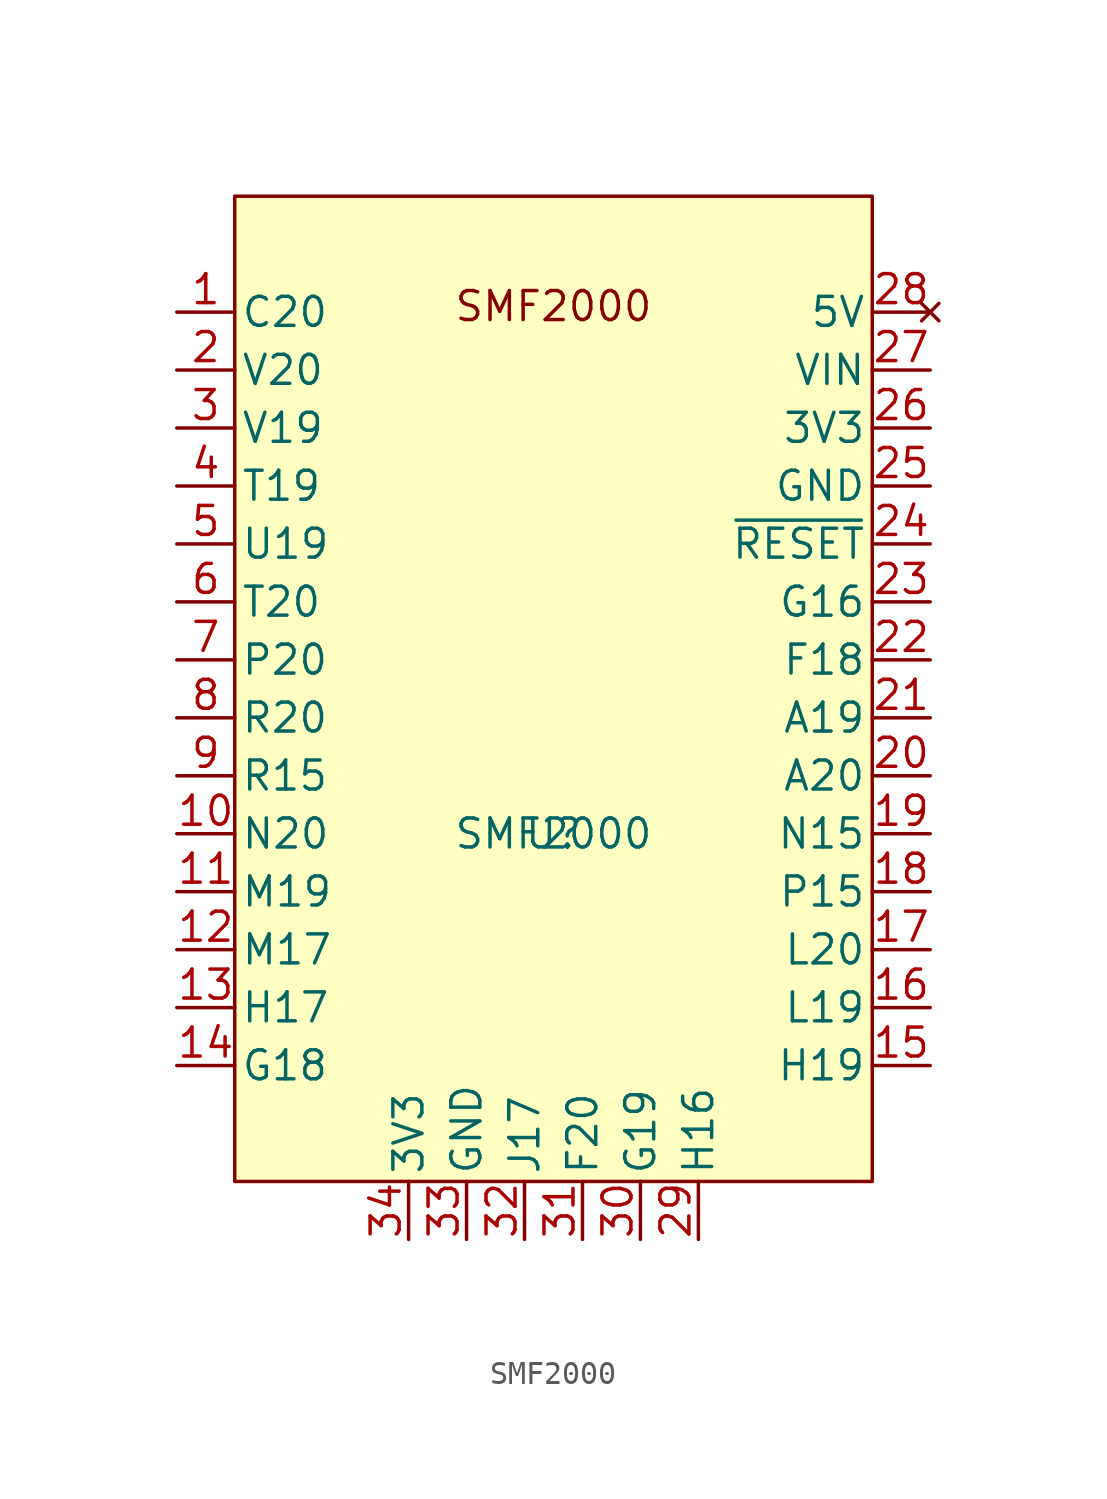
<source format=kicad_sym>
(kicad_symbol_lib
  (version 20231120)
  (generator "kicad_symbol_editor")
  (generator_version "8.0")
  (symbol "SMF2000"
    (pin_names
      (offset 0.254))
    (property "Reference" "U"
      (at 0 0 0)
      (effects (font (size 1.27 1.27))))
    (property "Value" "SMF2000"
      (at 0 0 0)
      (effects (font (size 1.27 1.27))))
    (symbol "SMF2000_1_1"
      (rectangle (start -13.97 27.94) (end 13.97 -15.24) (stroke (width 0) (type default)) (fill (type background)))
      (text "SMF2000" (at 0 23.114 0) (effects (font (size 1.27 1.27))))
      (pin bidirectional line (at -16.51 22.86 0) (length 2.54) (name "C20" (effects (font (size 1.27 1.27)))) (number "1" (effects (font (size 1.27 1.27)))))
      (pin bidirectional line (at -16.51 0 0) (length 2.54) (name "N20" (effects (font (size 1.27 1.27)))) (number "10" (effects (font (size 1.27 1.27)))))
      (pin bidirectional line (at -16.51 -2.54 0) (length 2.54) (name "M19" (effects (font (size 1.27 1.27)))) (number "11" (effects (font (size 1.27 1.27)))))
      (pin bidirectional line (at -16.51 -5.08 0) (length 2.54) (name "M17" (effects (font (size 1.27 1.27)))) (number "12" (effects (font (size 1.27 1.27)))))
      (pin bidirectional line (at -16.51 -7.62 0) (length 2.54) (name "H17" (effects (font (size 1.27 1.27)))) (number "13" (effects (font (size 1.27 1.27)))))
      (pin bidirectional line (at -16.51 -10.16 0) (length 2.54) (name "G18" (effects (font (size 1.27 1.27)))) (number "14" (effects (font (size 1.27 1.27)))))
      (pin bidirectional line (at 16.51 -10.16 180) (length 2.54) (name "H19" (effects (font (size 1.27 1.27)))) (number "15" (effects (font (size 1.27 1.27)))))
      (pin bidirectional line (at 16.51 -7.62 180) (length 2.54) (name "L19" (effects (font (size 1.27 1.27)))) (number "16" (effects (font (size 1.27 1.27)))))
      (pin bidirectional line (at 16.51 -5.08 180) (length 2.54) (name "L20" (effects (font (size 1.27 1.27)))) (number "17" (effects (font (size 1.27 1.27)))))
      (pin bidirectional line (at 16.51 -2.54 180) (length 2.54) (name "P15" (effects (font (size 1.27 1.27)))) (number "18" (effects (font (size 1.27 1.27)))))
      (pin bidirectional line (at 16.51 0 180) (length 2.54) (name "N15" (effects (font (size 1.27 1.27)))) (number "19" (effects (font (size 1.27 1.27)))))
      (pin bidirectional line (at -16.51 20.32 0) (length 2.54) (name "V20" (effects (font (size 1.27 1.27)))) (number "2" (effects (font (size 1.27 1.27)))))
      (pin bidirectional line (at 16.51 2.54 180) (length 2.54) (name "A20" (effects (font (size 1.27 1.27)))) (number "20" (effects (font (size 1.27 1.27)))))
      (pin bidirectional line (at 16.51 5.08 180) (length 2.54) (name "A19" (effects (font (size 1.27 1.27)))) (number "21" (effects (font (size 1.27 1.27)))))
      (pin bidirectional line (at 16.51 7.62 180) (length 2.54) (name "F18" (effects (font (size 1.27 1.27)))) (number "22" (effects (font (size 1.27 1.27)))))
      (pin bidirectional line (at 16.51 10.16 180) (length 2.54) (name "G16" (effects (font (size 1.27 1.27)))) (number "23" (effects (font (size 1.27 1.27)))))
      (pin input line (at 16.51 12.7 180) (length 2.54) (name "~{RESET}" (effects (font (size 1.27 1.27)))) (number "24" (effects (font (size 1.27 1.27)))))
      (pin power_in line (at 16.51 15.24 180) (length 2.54) (name "GND" (effects (font (size 1.27 1.27)))) (number "25" (effects (font (size 1.27 1.27)))))
      (pin output line (at 16.51 17.78 180) (length 2.54) (name "3V3" (effects (font (size 1.27 1.27)))) (number "26" (effects (font (size 1.27 1.27)))))
      (pin power_in line (at 16.51 20.32 180) (length 2.54) (name "VIN" (effects (font (size 1.27 1.27)))) (number "27" (effects (font (size 1.27 1.27)))))
      (pin no_connect line (at 16.51 22.86 180) (length 2.54) (name "5V" (effects (font (size 1.27 1.27)))) (number "28" (effects (font (size 1.27 1.27)))))
      (pin bidirectional line (at 6.35 -17.78 90) (length 2.54) (name "H16" (effects (font (size 1.27 1.27)))) (number "29" (effects (font (size 1.27 1.27)))))
      (pin bidirectional line (at -16.51 17.78 0) (length 2.54) (name "V19" (effects (font (size 1.27 1.27)))) (number "3" (effects (font (size 1.27 1.27)))))
      (pin bidirectional line (at 3.81 -17.78 90) (length 2.54) (name "G19" (effects (font (size 1.27 1.27)))) (number "30" (effects (font (size 1.27 1.27)))))
      (pin bidirectional line (at 1.27 -17.78 90) (length 2.54) (name "F20" (effects (font (size 1.27 1.27)))) (number "31" (effects (font (size 1.27 1.27)))))
      (pin bidirectional line (at -1.27 -17.78 90) (length 2.54) (name "J17" (effects (font (size 1.27 1.27)))) (number "32" (effects (font (size 1.27 1.27)))))
      (pin power_in line (at -3.81 -17.78 90) (length 2.54) (name "GND" (effects (font (size 1.27 1.27)))) (number "33" (effects (font (size 1.27 1.27)))))
      (pin power_out line (at -6.35 -17.78 90) (length 2.54) (name "3V3" (effects (font (size 1.27 1.27)))) (number "34" (effects (font (size 1.27 1.27)))))
      (pin bidirectional line (at -16.51 15.24 0) (length 2.54) (name "T19" (effects (font (size 1.27 1.27)))) (number "4" (effects (font (size 1.27 1.27)))))
      (pin bidirectional line (at -16.51 12.7 0) (length 2.54) (name "U19" (effects (font (size 1.27 1.27)))) (number "5" (effects (font (size 1.27 1.27)))))
      (pin bidirectional line (at -16.51 10.16 0) (length 2.54) (name "T20" (effects (font (size 1.27 1.27)))) (number "6" (effects (font (size 1.27 1.27)))))
      (pin bidirectional line (at -16.51 7.62 0) (length 2.54) (name "P20" (effects (font (size 1.27 1.27)))) (number "7" (effects (font (size 1.27 1.27)))))
      (pin bidirectional line (at -16.51 5.08 0) (length 2.54) (name "R20" (effects (font (size 1.27 1.27)))) (number "8" (effects (font (size 1.27 1.27)))))
      (pin bidirectional line (at -16.51 2.54 0) (length 2.54) (name "R15" (effects (font (size 1.27 1.27)))) (number "9" (effects (font (size 1.27 1.27))))))))
</source>
